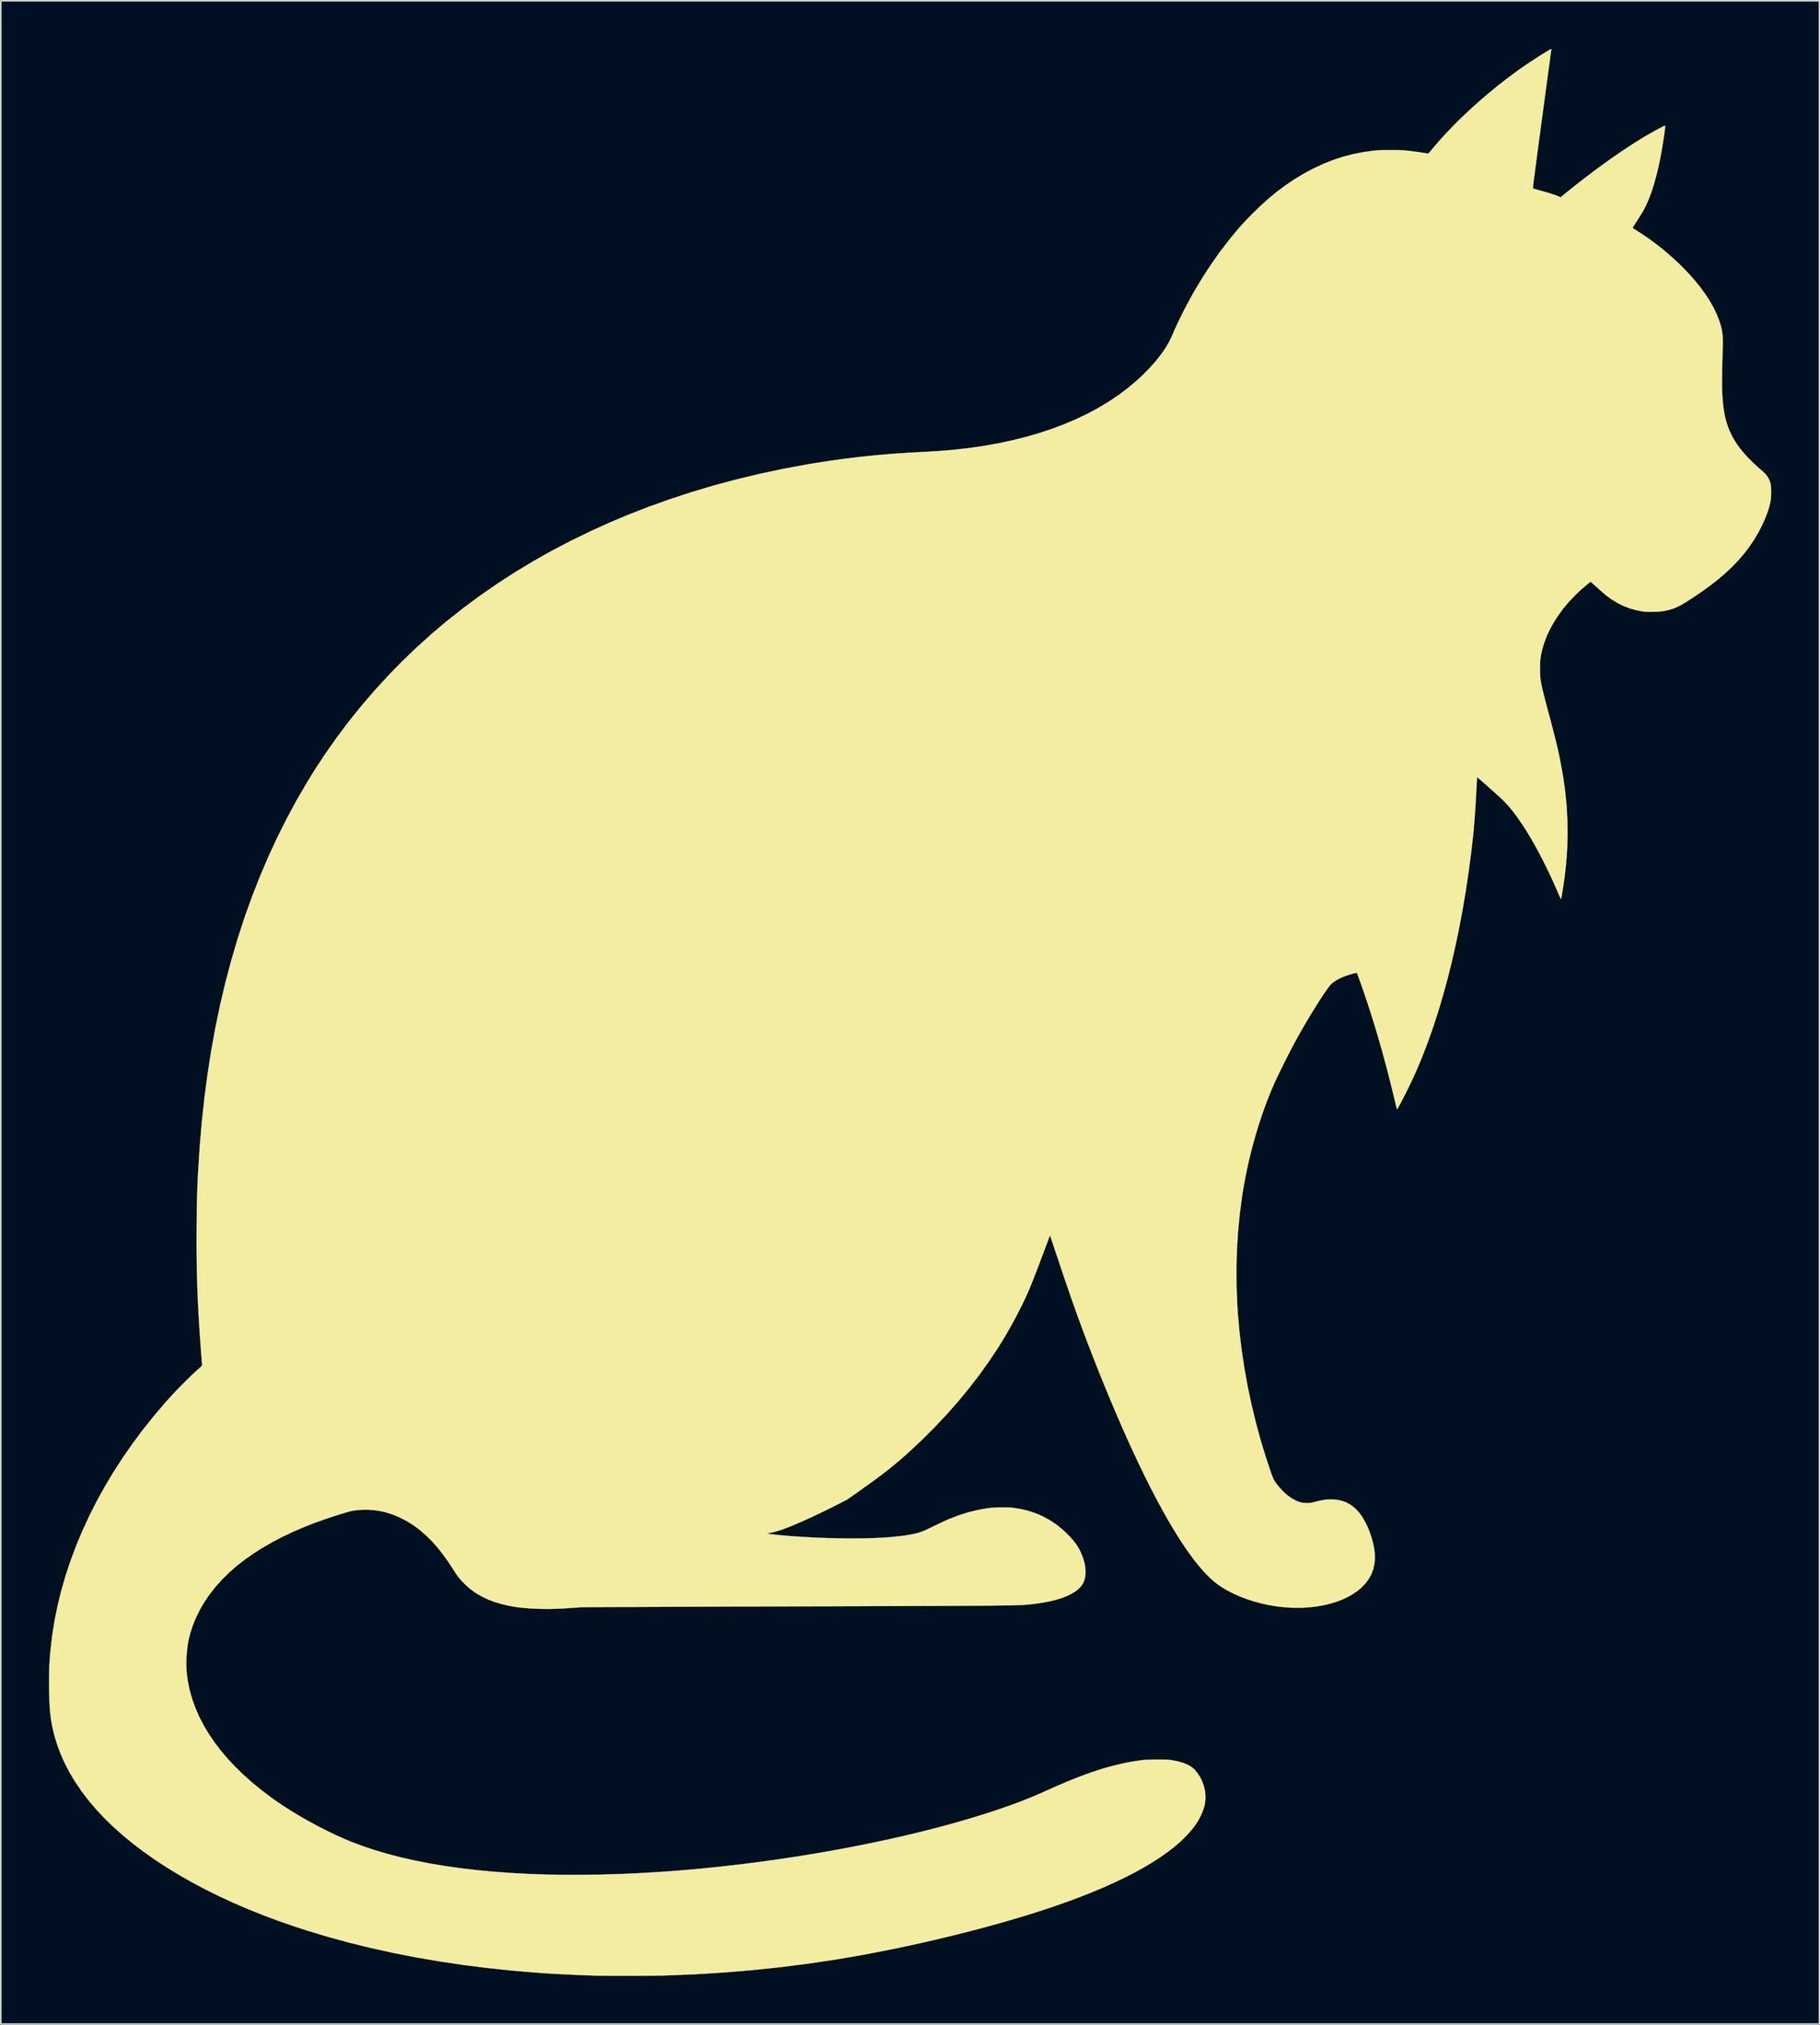
<source format=kicad_pcb>
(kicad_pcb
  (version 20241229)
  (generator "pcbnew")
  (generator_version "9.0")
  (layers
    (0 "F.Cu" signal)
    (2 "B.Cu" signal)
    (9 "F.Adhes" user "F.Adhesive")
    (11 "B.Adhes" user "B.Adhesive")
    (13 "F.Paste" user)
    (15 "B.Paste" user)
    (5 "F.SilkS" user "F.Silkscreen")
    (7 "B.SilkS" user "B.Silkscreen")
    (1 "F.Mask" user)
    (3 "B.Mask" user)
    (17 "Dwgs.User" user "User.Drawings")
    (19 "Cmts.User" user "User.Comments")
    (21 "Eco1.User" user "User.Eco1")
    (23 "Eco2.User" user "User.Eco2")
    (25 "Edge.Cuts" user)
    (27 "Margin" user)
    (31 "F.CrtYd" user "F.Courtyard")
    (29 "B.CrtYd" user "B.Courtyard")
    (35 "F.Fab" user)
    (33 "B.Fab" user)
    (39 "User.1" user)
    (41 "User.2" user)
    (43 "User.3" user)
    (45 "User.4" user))
  (footprint "big clover"
    (layer "F.Cu")
    (at 53.641 59.991)
    (property "Reference" "big clover" (at 0 0 0) (layer "F.SilkS") (effects (font (size 1.27 1.27) (thickness 0.15))))
    (attr through_hole)
    (fp_poly (pts (xy 45.427 -52.677) (xy 45.46 -52.654) (xy 45.489 -52.625) (xy 45.507 -52.596) (xy 45.515 -52.554) (xy 45.516 -52.489) (xy 45.515 -52.437) (xy 45.506 -52.313) (xy 45.485 -52.155) (xy 45.452 -51.967) (xy 45.411 -51.756) (xy 45.361 -51.527) (xy 45.304 -51.285) (xy 45.242 -51.036) (xy 45.176 -50.786) (xy 45.107 -50.54) (xy 45.037 -50.303) (xy 44.967 -50.08) (xy 44.898 -49.879) (xy 44.832 -49.703) (xy 44.83 -49.697) (xy 44.743 -49.491) (xy 44.663 -49.325) (xy 44.587 -49.196) (xy 44.513 -49.102) (xy 44.439 -49.039) (xy 44.365 -49.007) (xy 44.312 -49.002) (xy 44.252 -49.009) (xy 44.21 -49.025) (xy 44.178 -49.049) (xy 44.126 -49.096) (xy 44.063 -49.158) (xy 44.03 -49.19) (xy 43.91 -49.297) (xy 43.774 -49.386) (xy 43.618 -49.459) (xy 43.435 -49.52) (xy 43.22 -49.57) (xy 43.014 -49.604) (xy 42.898 -49.624) (xy 42.806 -49.646) (xy 42.747 -49.669) (xy 42.737 -49.675) (xy 42.659 -49.749) (xy 42.613 -49.837) (xy 42.599 -49.939) (xy 42.618 -50.058) (xy 42.67 -50.197) (xy 42.755 -50.357) (xy 42.86 -50.52) (xy 42.978 -50.68) (xy 43.121 -50.856) (xy 43.284 -51.041) (xy 43.463 -51.234) (xy 43.654 -51.43) (xy 43.853 -51.624) (xy 44.056 -51.814) (xy 44.258 -51.995) (xy 44.456 -52.164) (xy 44.646 -52.316) (xy 44.822 -52.448) (xy 44.981 -52.556) (xy 45.12 -52.636) (xy 45.155 -52.653) (xy 45.264 -52.694) (xy 45.353 -52.702) (xy 45.427 -52.677)) (stroke (width 0.01) (type solid)) (fill yes) (layer "F.Cu"))
    (fp_poly (pts (xy 38.379 -57.653) (xy 38.474 -57.611) (xy 38.555 -57.53) (xy 38.623 -57.409) (xy 38.675 -57.249) (xy 38.703 -57.118) (xy 38.734 -56.894) (xy 38.754 -56.634) (xy 38.766 -56.342) (xy 38.769 -56.023) (xy 38.763 -55.683) (xy 38.749 -55.326) (xy 38.727 -54.956) (xy 38.698 -54.58) (xy 38.662 -54.2) (xy 38.62 -53.823) (xy 38.572 -53.454) (xy 38.518 -53.096) (xy 38.459 -52.755) (xy 38.396 -52.436) (xy 38.327 -52.143) (xy 38.256 -51.883) (xy 38.185 -51.667) (xy 38.114 -51.491) (xy 38.041 -51.353) (xy 37.966 -51.251) (xy 37.886 -51.183) (xy 37.8 -51.147) (xy 37.73 -51.14) (xy 37.667 -51.144) (xy 37.619 -51.152) (xy 37.613 -51.154) (xy 37.583 -51.174) (xy 37.532 -51.214) (xy 37.47 -51.267) (xy 37.455 -51.28) (xy 37.379 -51.345) (xy 37.284 -51.419) (xy 37.185 -51.492) (xy 37.148 -51.517) (xy 36.763 -51.756) (xy 36.361 -51.955) (xy 35.943 -52.115) (xy 35.511 -52.235) (xy 35.065 -52.316) (xy 34.786 -52.345) (xy 34.612 -52.361) (xy 34.473 -52.379) (xy 34.364 -52.401) (xy 34.277 -52.428) (xy 34.207 -52.464) (xy 34.146 -52.509) (xy 34.119 -52.534) (xy 34.042 -52.625) (xy 33.995 -52.722) (xy 33.976 -52.837) (xy 33.979 -52.959) (xy 34.011 -53.131) (xy 34.077 -53.326) (xy 34.178 -53.542) (xy 34.313 -53.778) (xy 34.481 -54.035) (xy 34.681 -54.31) (xy 34.914 -54.604) (xy 35.178 -54.915) (xy 35.473 -55.244) (xy 35.799 -55.588) (xy 36.087 -55.88) (xy 36.343 -56.132) (xy 36.594 -56.371) (xy 36.837 -56.597) (xy 37.071 -56.806) (xy 37.293 -56.998) (xy 37.5 -57.169) (xy 37.69 -57.317) (xy 37.859 -57.441) (xy 38.006 -57.539) (xy 38.128 -57.607) (xy 38.149 -57.617) (xy 38.271 -57.655) (xy 38.379 -57.653)) (stroke (width 0.01) (type solid)) (fill yes) (layer "F.Cu"))
    (fp_poly (pts (xy 31.732 -35.276) (xy 31.793 -35.261) (xy 31.892 -35.238) (xy 32.027 -35.205) (xy 32.197 -35.164) (xy 32.399 -35.116) (xy 32.632 -35.059) (xy 32.895 -34.996) (xy 33.185 -34.925) (xy 33.501 -34.848) (xy 33.841 -34.766) (xy 34.204 -34.677) (xy 34.587 -34.584) (xy 34.99 -34.486) (xy 35.41 -34.383) (xy 35.847 -34.277) (xy 36.297 -34.167) (xy 36.76 -34.054) (xy 37.233 -33.939) (xy 37.716 -33.821) (xy 38.206 -33.701) (xy 38.701 -33.58) (xy 39.201 -33.458) (xy 39.703 -33.336) (xy 40.206 -33.213) (xy 40.707 -33.09) (xy 41.206 -32.968) (xy 41.701 -32.847) (xy 42.189 -32.728) (xy 42.67 -32.61) (xy 43.141 -32.495) (xy 43.601 -32.382) (xy 44.048 -32.273) (xy 44.481 -32.167) (xy 44.897 -32.065) (xy 45.295 -31.967) (xy 45.674 -31.874) (xy 46.032 -31.786) (xy 46.367 -31.704) (xy 46.677 -31.628) (xy 46.961 -31.558) (xy 47.216 -31.495) (xy 47.442 -31.439) (xy 47.637 -31.391) (xy 47.799 -31.351) (xy 47.926 -31.319) (xy 48.016 -31.297) (xy 48.068 -31.283) (xy 48.082 -31.279) (xy 48.079 -31.258) (xy 48.069 -31.203) (xy 48.051 -31.124) (xy 48.03 -31.03) (xy 48 -30.912) (xy 47.975 -30.833) (xy 47.954 -30.792) (xy 47.942 -30.784) (xy 47.919 -30.789) (xy 47.857 -30.803) (xy 47.756 -30.827) (xy 47.619 -30.86) (xy 47.446 -30.902) (xy 47.238 -30.952) (xy 46.998 -31.01) (xy 46.727 -31.076) (xy 46.425 -31.15) (xy 46.095 -31.23) (xy 45.738 -31.317) (xy 45.355 -31.411) (xy 44.947 -31.51) (xy 44.516 -31.615) (xy 44.064 -31.726) (xy 43.591 -31.841) (xy 43.1 -31.962) (xy 42.59 -32.086) (xy 42.065 -32.215) (xy 41.525 -32.347) (xy 40.972 -32.483) (xy 40.406 -32.622) (xy 39.83 -32.763) (xy 39.74 -32.785) (xy 31.57 -34.789) (xy 31.576 -34.841) (xy 31.589 -34.919) (xy 31.609 -35.008) (xy 31.634 -35.097) (xy 31.66 -35.179) (xy 31.684 -35.241) (xy 31.704 -35.276) (xy 31.71 -35.28) (xy 31.732 -35.276)) (stroke (width 0.01) (type solid)) (fill yes) (layer "F.Cu"))
    (fp_poly (pts (xy 47.378 -29.504) (xy 47.384 -29.461) (xy 47.389 -29.388) (xy 47.391 -29.298) (xy 47.392 -29.249) (xy 47.392 -29.045) (xy 47.069 -29.032) (xy 47.023 -29.031) (xy 46.935 -29.029) (xy 46.809 -29.026) (xy 46.645 -29.023) (xy 46.446 -29.019) (xy 46.213 -29.014) (xy 45.948 -29.009) (xy 45.653 -29.004) (xy 45.328 -28.998) (xy 44.977 -28.991) (xy 44.6 -28.984) (xy 44.199 -28.977) (xy 43.777 -28.969) (xy 43.334 -28.961) (xy 42.872 -28.953) (xy 42.394 -28.945) (xy 41.9 -28.936) (xy 41.393 -28.927) (xy 40.874 -28.918) (xy 40.345 -28.909) (xy 40.026 -28.903) (xy 39.493 -28.894) (xy 38.968 -28.885) (xy 38.455 -28.876) (xy 37.955 -28.867) (xy 37.47 -28.859) (xy 37.001 -28.851) (xy 36.549 -28.843) (xy 36.117 -28.835) (xy 35.707 -28.828) (xy 35.319 -28.821) (xy 34.956 -28.815) (xy 34.619 -28.809) (xy 34.31 -28.804) (xy 34.031 -28.799) (xy 33.783 -28.794) (xy 33.568 -28.791) (xy 33.387 -28.787) (xy 33.243 -28.785) (xy 33.136 -28.783) (xy 33.07 -28.782) (xy 33.049 -28.781) (xy 32.792 -28.776) (xy 32.779 -28.914) (xy 32.772 -29.011) (xy 32.767 -29.115) (xy 32.766 -29.173) (xy 32.768 -29.243) (xy 32.776 -29.28) (xy 32.793 -29.294) (xy 32.803 -29.295) (xy 32.827 -29.295) (xy 32.892 -29.296) (xy 32.995 -29.298) (xy 33.136 -29.301) (xy 33.313 -29.304) (xy 33.524 -29.307) (xy 33.768 -29.312) (xy 34.042 -29.317) (xy 34.346 -29.322) (xy 34.677 -29.328) (xy 35.035 -29.334) (xy 35.416 -29.341) (xy 35.821 -29.348) (xy 36.246 -29.356) (xy 36.691 -29.364) (xy 37.154 -29.372) (xy 37.633 -29.381) (xy 38.127 -29.39) (xy 38.633 -29.399) (xy 39.151 -29.408) (xy 39.306 -29.411) (xy 39.837 -29.42) (xy 40.361 -29.43) (xy 40.877 -29.439) (xy 41.382 -29.448) (xy 41.876 -29.457) (xy 42.357 -29.466) (xy 42.821 -29.474) (xy 43.268 -29.482) (xy 43.695 -29.49) (xy 44.101 -29.497) (xy 44.484 -29.504) (xy 44.841 -29.51) (xy 45.172 -29.516) (xy 45.473 -29.522) (xy 45.744 -29.526) (xy 45.981 -29.531) (xy 46.184 -29.534) (xy 46.351 -29.537) (xy 46.479 -29.54) (xy 46.567 -29.541) (xy 46.569 -29.541) (xy 47.364 -29.555) (xy 47.378 -29.504)) (stroke (width 0.01) (type solid)) (fill yes) (layer "F.Cu"))
    (fp_poly (pts (xy 34.437 -39.596) (xy 34.46 -39.586) (xy 34.518 -39.559) (xy 34.612 -39.515) (xy 34.739 -39.455) (xy 34.897 -39.38) (xy 35.085 -39.291) (xy 35.302 -39.189) (xy 35.545 -39.073) (xy 35.813 -38.946) (xy 36.104 -38.808) (xy 36.417 -38.66) (xy 36.751 -38.501) (xy 37.102 -38.335) (xy 37.47 -38.16) (xy 37.854 -37.978) (xy 38.25 -37.789) (xy 38.659 -37.595) (xy 39.078 -37.396) (xy 39.505 -37.193) (xy 39.939 -36.987) (xy 40.378 -36.778) (xy 40.821 -36.568) (xy 41.265 -36.357) (xy 41.71 -36.145) (xy 42.153 -35.934) (xy 42.594 -35.725) (xy 43.03 -35.517) (xy 43.459 -35.313) (xy 43.88 -35.113) (xy 44.292 -34.917) (xy 44.693 -34.726) (xy 45.08 -34.542) (xy 45.453 -34.364) (xy 45.81 -34.194) (xy 46.148 -34.033) (xy 46.468 -33.881) (xy 46.766 -33.739) (xy 47.041 -33.607) (xy 47.292 -33.488) (xy 47.516 -33.38) (xy 47.713 -33.286) (xy 47.881 -33.206) (xy 48.017 -33.141) (xy 48.121 -33.091) (xy 48.19 -33.057) (xy 48.224 -33.041) (xy 48.226 -33.039) (xy 48.226 -33.014) (xy 48.209 -32.961) (xy 48.179 -32.89) (xy 48.142 -32.809) (xy 48.102 -32.729) (xy 48.063 -32.657) (xy 48.029 -32.604) (xy 48.005 -32.578) (xy 48.002 -32.577) (xy 47.981 -32.586) (xy 47.923 -32.613) (xy 47.83 -32.657) (xy 47.702 -32.716) (xy 47.542 -32.792) (xy 47.351 -32.882) (xy 47.13 -32.986) (xy 46.88 -33.104) (xy 46.603 -33.235) (xy 46.3 -33.379) (xy 45.973 -33.534) (xy 45.624 -33.699) (xy 45.252 -33.876) (xy 44.86 -34.061) (xy 44.45 -34.256) (xy 44.022 -34.46) (xy 43.578 -34.67) (xy 43.119 -34.888) (xy 42.647 -35.112) (xy 42.163 -35.342) (xy 41.669 -35.577) (xy 41.391 -35.709) (xy 40.889 -35.949) (xy 40.394 -36.184) (xy 39.909 -36.414) (xy 39.435 -36.64) (xy 38.974 -36.859) (xy 38.527 -37.071) (xy 38.096 -37.277) (xy 37.682 -37.474) (xy 37.286 -37.662) (xy 36.91 -37.841) (xy 36.555 -38.009) (xy 36.224 -38.167) (xy 35.917 -38.313) (xy 35.635 -38.447) (xy 35.381 -38.568) (xy 35.156 -38.675) (xy 34.961 -38.767) (xy 34.797 -38.845) (xy 34.667 -38.907) (xy 34.572 -38.952) (xy 34.512 -38.981) (xy 34.498 -38.988) (xy 34.187 -39.135) (xy 34.296 -39.37) (xy 34.347 -39.476) (xy 34.386 -39.547) (xy 34.414 -39.585) (xy 34.435 -39.596) (xy 34.437 -39.596)) (stroke (width 0.01) (type solid)) (fill yes) (layer "F.Cu"))
    (fp_poly (pts (xy 45.45 -52.896) (xy 45.48 -52.885) (xy 45.54 -52.864) (xy 45.588 -52.853) (xy 45.594 -52.853) (xy 45.622 -52.833) (xy 45.646 -52.777) (xy 45.665 -52.691) (xy 45.678 -52.581) (xy 45.687 -52.453) (xy 45.69 -52.313) (xy 45.687 -52.167) (xy 45.678 -52.022) (xy 45.663 -51.883) (xy 45.642 -51.756) (xy 45.639 -51.743) (xy 45.606 -51.6) (xy 45.562 -51.429) (xy 45.511 -51.235) (xy 45.453 -51.025) (xy 45.391 -50.804) (xy 45.326 -50.58) (xy 45.26 -50.356) (xy 45.195 -50.14) (xy 45.132 -49.938) (xy 45.073 -49.755) (xy 45.021 -49.597) (xy 44.976 -49.471) (xy 44.952 -49.41) (xy 44.864 -49.231) (xy 44.759 -49.079) (xy 44.64 -48.959) (xy 44.51 -48.872) (xy 44.374 -48.822) (xy 44.27 -48.811) (xy 44.224 -48.813) (xy 44.185 -48.82) (xy 44.145 -48.838) (xy 44.095 -48.87) (xy 44.027 -48.922) (xy 43.954 -48.98) (xy 43.745 -49.132) (xy 43.541 -49.246) (xy 43.333 -49.327) (xy 43.115 -49.378) (xy 43.003 -49.392) (xy 42.834 -49.418) (xy 42.7 -49.459) (xy 42.598 -49.516) (xy 42.573 -49.536) (xy 42.49 -49.636) (xy 42.436 -49.761) (xy 42.411 -49.906) (xy 42.415 -50.064) (xy 42.45 -50.229) (xy 42.5 -50.363) (xy 42.546 -50.445) (xy 42.619 -50.552) (xy 42.715 -50.679) (xy 42.832 -50.824) (xy 42.965 -50.981) (xy 43.11 -51.147) (xy 43.265 -51.318) (xy 43.424 -51.49) (xy 43.586 -51.658) (xy 43.746 -51.819) (xy 43.9 -51.969) (xy 44.044 -52.104) (xy 44.176 -52.219) (xy 44.223 -52.258) (xy 44.346 -52.353) (xy 44.486 -52.455) (xy 44.634 -52.556) (xy 44.781 -52.653) (xy 44.918 -52.737) (xy 45.037 -52.805) (xy 45.099 -52.836) (xy 45.212 -52.884) (xy 45.301 -52.909) (xy 45.377 -52.913) (xy 45.45 -52.896)) (stroke (width 0.01) (type solid)) (fill yes) (layer "F.Mask"))
    (fp_poly (pts (xy 38.613 -57.725) (xy 38.718 -57.599) (xy 38.801 -57.467) (xy 38.864 -57.32) (xy 38.91 -57.151) (xy 38.943 -56.95) (xy 38.948 -56.907) (xy 38.958 -56.776) (xy 38.964 -56.608) (xy 38.966 -56.407) (xy 38.964 -56.179) (xy 38.959 -55.929) (xy 38.95 -55.66) (xy 38.938 -55.379) (xy 38.923 -55.089) (xy 38.905 -54.797) (xy 38.885 -54.506) (xy 38.863 -54.221) (xy 38.839 -53.948) (xy 38.812 -53.691) (xy 38.786 -53.467) (xy 38.724 -53.052) (xy 38.644 -52.64) (xy 38.549 -52.242) (xy 38.441 -51.872) (xy 38.417 -51.798) (xy 38.347 -51.596) (xy 38.283 -51.431) (xy 38.223 -51.299) (xy 38.165 -51.194) (xy 38.105 -51.112) (xy 38.041 -51.049) (xy 37.97 -51.001) (xy 37.947 -50.989) (xy 37.86 -50.96) (xy 37.753 -50.949) (xy 37.644 -50.956) (xy 37.555 -50.98) (xy 37.463 -51.029) (xy 37.344 -51.109) (xy 37.201 -51.217) (xy 37.137 -51.267) (xy 36.842 -51.481) (xy 36.521 -51.666) (xy 36.182 -51.818) (xy 36.057 -51.864) (xy 35.935 -51.904) (xy 35.808 -51.942) (xy 35.67 -51.978) (xy 35.515 -52.013) (xy 35.339 -52.049) (xy 35.134 -52.088) (xy 34.897 -52.13) (xy 34.752 -52.155) (xy 34.563 -52.187) (xy 34.411 -52.214) (xy 34.291 -52.238) (xy 34.197 -52.261) (xy 34.125 -52.285) (xy 34.069 -52.312) (xy 34.025 -52.343) (xy 33.987 -52.381) (xy 33.951 -52.428) (xy 33.914 -52.482) (xy 33.839 -52.622) (xy 33.795 -52.773) (xy 33.783 -52.938) (xy 33.804 -53.118) (xy 33.858 -53.312) (xy 33.945 -53.524) (xy 34.066 -53.753) (xy 34.221 -54.001) (xy 34.411 -54.269) (xy 34.635 -54.559) (xy 34.711 -54.652) (xy 35.142 -55.161) (xy 35.562 -55.631) (xy 35.975 -56.064) (xy 36.382 -56.462) (xy 36.786 -56.827) (xy 37.187 -57.16) (xy 37.589 -57.464) (xy 37.981 -57.732) (xy 38.068 -57.788) (xy 38.131 -57.824) (xy 38.184 -57.845) (xy 38.237 -57.856) (xy 38.304 -57.862) (xy 38.322 -57.863) (xy 38.474 -57.871) (xy 38.613 -57.725)) (stroke (width 0.01) (type solid)) (fill yes) (layer "F.Mask"))
    (fp_poly (pts (xy 34.319 -39.872) (xy 34.378 -39.845) (xy 34.466 -39.804) (xy 34.58 -39.751) (xy 34.717 -39.687) (xy 34.871 -39.614) (xy 35.038 -39.535) (xy 35.137 -39.488) (xy 35.225 -39.446) (xy 35.349 -39.387) (xy 35.508 -39.311) (xy 35.7 -39.22) (xy 35.923 -39.114) (xy 36.175 -38.994) (xy 36.455 -38.862) (xy 36.759 -38.717) (xy 37.088 -38.561) (xy 37.438 -38.394) (xy 37.809 -38.218) (xy 38.197 -38.033) (xy 38.602 -37.841) (xy 39.022 -37.642) (xy 39.455 -37.436) (xy 39.898 -37.225) (xy 40.35 -37.01) (xy 40.81 -36.792) (xy 41.276 -36.571) (xy 41.465 -36.481) (xy 41.923 -36.263) (xy 42.371 -36.05) (xy 42.809 -35.842) (xy 43.233 -35.639) (xy 43.644 -35.444) (xy 44.039 -35.256) (xy 44.417 -35.075) (xy 44.776 -34.904) (xy 45.115 -34.742) (xy 45.432 -34.59) (xy 45.726 -34.45) (xy 45.995 -34.321) (xy 46.237 -34.204) (xy 46.452 -34.101) (xy 46.637 -34.012) (xy 46.791 -33.937) (xy 46.913 -33.878) (xy 47 -33.835) (xy 47.052 -33.809) (xy 47.066 -33.801) (xy 47.109 -33.774) (xy 47.159 -33.747) (xy 47.223 -33.717) (xy 47.307 -33.682) (xy 47.416 -33.64) (xy 47.557 -33.587) (xy 47.636 -33.558) (xy 47.831 -33.482) (xy 47.989 -33.409) (xy 48.113 -33.337) (xy 48.21 -33.262) (xy 48.283 -33.182) (xy 48.332 -33.101) (xy 48.379 -32.96) (xy 48.386 -32.813) (xy 48.352 -32.666) (xy 48.333 -32.62) (xy 48.298 -32.552) (xy 48.254 -32.479) (xy 48.207 -32.407) (xy 48.164 -32.348) (xy 48.13 -32.31) (xy 48.115 -32.301) (xy 48.094 -32.31) (xy 48.038 -32.336) (xy 47.95 -32.377) (xy 47.832 -32.432) (xy 47.688 -32.5) (xy 47.52 -32.579) (xy 47.331 -32.668) (xy 47.125 -32.766) (xy 46.905 -32.871) (xy 46.672 -32.981) (xy 46.62 -33.006) (xy 46.474 -33.075) (xy 46.293 -33.161) (xy 46.078 -33.264) (xy 45.83 -33.382) (xy 45.553 -33.513) (xy 45.247 -33.659) (xy 44.916 -33.816) (xy 44.561 -33.985) (xy 44.184 -34.164) (xy 43.788 -34.352) (xy 43.374 -34.549) (xy 42.944 -34.754) (xy 42.501 -34.964) (xy 42.047 -35.18) (xy 41.583 -35.401) (xy 41.112 -35.625) (xy 40.635 -35.851) (xy 40.156 -36.079) (xy 39.675 -36.307) (xy 39.513 -36.384) (xy 39.052 -36.604) (xy 38.6 -36.818) (xy 38.161 -37.028) (xy 37.734 -37.231) (xy 37.321 -37.427) (xy 36.925 -37.616) (xy 36.546 -37.797) (xy 36.186 -37.969) (xy 35.847 -38.131) (xy 35.529 -38.283) (xy 35.235 -38.424) (xy 34.966 -38.553) (xy 34.723 -38.67) (xy 34.508 -38.773) (xy 34.322 -38.863) (xy 34.168 -38.937) (xy 34.046 -38.997) (xy 33.957 -39.04) (xy 33.904 -39.067) (xy 33.888 -39.076) (xy 33.897 -39.1) (xy 33.921 -39.155) (xy 33.959 -39.238) (xy 34.006 -39.34) (xy 34.062 -39.457) (xy 34.078 -39.491) (xy 34.145 -39.629) (xy 34.203 -39.74) (xy 34.248 -39.821) (xy 34.28 -39.869) (xy 34.295 -39.882) (xy 34.319 -39.872)) (stroke (width 0.01) (type solid)) (fill yes) (layer "F.Mask"))
    (fp_poly (pts (xy 47.172 -29.758) (xy 47.306 -29.723) (xy 47.416 -29.666) (xy 47.506 -29.588) (xy 47.577 -29.49) (xy 47.603 -29.441) (xy 47.62 -29.398) (xy 47.63 -29.348) (xy 47.633 -29.28) (xy 47.633 -29.182) (xy 47.633 -29.168) (xy 47.63 -29.068) (xy 47.623 -28.979) (xy 47.614 -28.913) (xy 47.607 -28.887) (xy 47.584 -28.829) (xy 47.26 -28.829) (xy 47.188 -28.829) (xy 47.077 -28.827) (xy 46.932 -28.826) (xy 46.756 -28.823) (xy 46.554 -28.82) (xy 46.33 -28.817) (xy 46.087 -28.813) (xy 45.829 -28.808) (xy 45.561 -28.804) (xy 45.287 -28.799) (xy 45.212 -28.797) (xy 44.894 -28.792) (xy 44.542 -28.785) (xy 44.165 -28.779) (xy 43.771 -28.771) (xy 43.369 -28.764) (xy 42.968 -28.757) (xy 42.575 -28.75) (xy 42.2 -28.743) (xy 41.851 -28.737) (xy 41.677 -28.734) (xy 41.101 -28.724) (xy 40.564 -28.714) (xy 40.063 -28.706) (xy 39.596 -28.697) (xy 39.16 -28.689) (xy 38.751 -28.682) (xy 38.366 -28.675) (xy 38.003 -28.669) (xy 37.659 -28.662) (xy 37.33 -28.656) (xy 37.015 -28.651) (xy 36.709 -28.645) (xy 36.409 -28.639) (xy 36.301 -28.637) (xy 36.056 -28.633) (xy 35.804 -28.629) (xy 35.55 -28.625) (xy 35.303 -28.622) (xy 35.07 -28.619) (xy 34.856 -28.617) (xy 34.67 -28.615) (xy 34.518 -28.614) (xy 34.502 -28.614) (xy 34.272 -28.612) (xy 34.064 -28.608) (xy 33.881 -28.602) (xy 33.73 -28.593) (xy 33.624 -28.583) (xy 33.445 -28.566) (xy 33.278 -28.558) (xy 33.13 -28.558) (xy 33.009 -28.567) (xy 32.951 -28.577) (xy 32.803 -28.631) (xy 32.684 -28.715) (xy 32.595 -28.826) (xy 32.538 -28.962) (xy 32.516 -29.118) (xy 32.52 -29.21) (xy 32.529 -29.295) (xy 32.538 -29.371) (xy 32.546 -29.416) (xy 32.559 -29.481) (xy 32.858 -29.493) (xy 32.923 -29.495) (xy 33.028 -29.498) (xy 33.167 -29.501) (xy 33.338 -29.505) (xy 33.537 -29.509) (xy 33.761 -29.514) (xy 34.005 -29.518) (xy 34.267 -29.523) (xy 34.544 -29.528) (xy 34.83 -29.533) (xy 35.123 -29.538) (xy 35.137 -29.538) (xy 35.367 -29.542) (xy 35.588 -29.546) (xy 35.803 -29.549) (xy 36.013 -29.553) (xy 36.221 -29.556) (xy 36.429 -29.56) (xy 36.639 -29.563) (xy 36.854 -29.567) (xy 37.074 -29.571) (xy 37.304 -29.575) (xy 37.544 -29.579) (xy 37.797 -29.584) (xy 38.065 -29.588) (xy 38.351 -29.594) (xy 38.656 -29.599) (xy 38.983 -29.605) (xy 39.334 -29.611) (xy 39.711 -29.618) (xy 40.115 -29.625) (xy 40.551 -29.633) (xy 41.019 -29.642) (xy 41.521 -29.651) (xy 42.061 -29.661) (xy 42.64 -29.671) (xy 42.937 -29.677) (xy 43.262 -29.682) (xy 43.584 -29.688) (xy 43.897 -29.693) (xy 44.199 -29.698) (xy 44.487 -29.702) (xy 44.756 -29.706) (xy 45.004 -29.709) (xy 45.226 -29.712) (xy 45.421 -29.714) (xy 45.583 -29.715) (xy 45.711 -29.716) (xy 45.8 -29.716) (xy 45.805 -29.716) (xy 46.022 -29.716) (xy 46.207 -29.72) (xy 46.372 -29.728) (xy 46.525 -29.742) (xy 46.588 -29.749) (xy 46.816 -29.77) (xy 47.01 -29.774) (xy 47.172 -29.758)) (stroke (width 0.01) (type solid)) (fill yes) (layer "F.Mask"))
    (fp_poly (pts (xy 31.541 -35.534) (xy 31.604 -35.519) (xy 31.705 -35.495) (xy 31.842 -35.462) (xy 32.013 -35.421) (xy 32.216 -35.372) (xy 32.45 -35.315) (xy 32.712 -35.251) (xy 33.002 -35.181) (xy 33.317 -35.104) (xy 33.656 -35.021) (xy 34.017 -34.933) (xy 34.397 -34.84) (xy 34.797 -34.742) (xy 35.212 -34.64) (xy 35.643 -34.535) (xy 36.087 -34.426) (xy 36.542 -34.314) (xy 37.007 -34.2) (xy 37.48 -34.084) (xy 37.959 -33.967) (xy 38.442 -33.848) (xy 38.928 -33.729) (xy 39.415 -33.609) (xy 39.901 -33.49) (xy 40.384 -33.371) (xy 40.863 -33.253) (xy 41.336 -33.137) (xy 41.801 -33.022) (xy 42.257 -32.91) (xy 42.701 -32.801) (xy 43.132 -32.694) (xy 43.549 -32.592) (xy 43.948 -32.493) (xy 44.33 -32.399) (xy 44.691 -32.31) (xy 45.031 -32.226) (xy 45.347 -32.148) (xy 45.638 -32.076) (xy 45.901 -32.01) (xy 46.136 -31.952) (xy 46.34 -31.901) (xy 46.512 -31.858) (xy 46.65 -31.824) (xy 46.752 -31.798) (xy 46.817 -31.781) (xy 46.842 -31.774) (xy 46.905 -31.756) (xy 47 -31.735) (xy 47.113 -31.713) (xy 47.236 -31.693) (xy 47.276 -31.687) (xy 47.498 -31.652) (xy 47.683 -31.614) (xy 47.834 -31.573) (xy 47.956 -31.525) (xy 48.054 -31.469) (xy 48.132 -31.404) (xy 48.193 -31.326) (xy 48.225 -31.274) (xy 48.261 -31.165) (xy 48.271 -31.033) (xy 48.255 -30.887) (xy 48.212 -30.737) (xy 48.202 -30.713) (xy 48.167 -30.631) (xy 48.14 -30.582) (xy 48.114 -30.557) (xy 48.088 -30.55) (xy 48.062 -30.555) (xy 47.997 -30.569) (xy 47.896 -30.592) (xy 47.76 -30.624) (xy 47.593 -30.663) (xy 47.396 -30.71) (xy 47.172 -30.764) (xy 46.923 -30.824) (xy 46.652 -30.889) (xy 46.36 -30.96) (xy 46.05 -31.036) (xy 45.724 -31.115) (xy 45.386 -31.198) (xy 45.036 -31.284) (xy 45 -31.292) (xy 44.694 -31.368) (xy 44.35 -31.452) (xy 43.972 -31.545) (xy 43.562 -31.645) (xy 43.124 -31.753) (xy 42.662 -31.866) (xy 42.178 -31.985) (xy 41.676 -32.108) (xy 41.159 -32.235) (xy 40.63 -32.365) (xy 40.093 -32.496) (xy 39.551 -32.629) (xy 39.007 -32.763) (xy 38.464 -32.896) (xy 37.926 -33.027) (xy 37.396 -33.157) (xy 36.877 -33.284) (xy 36.612 -33.349) (xy 36.057 -33.485) (xy 35.541 -33.612) (xy 35.064 -33.729) (xy 34.624 -33.837) (xy 34.219 -33.936) (xy 33.847 -34.027) (xy 33.508 -34.111) (xy 33.2 -34.187) (xy 32.921 -34.256) (xy 32.671 -34.318) (xy 32.447 -34.374) (xy 32.247 -34.424) (xy 32.072 -34.468) (xy 31.919 -34.507) (xy 31.786 -34.541) (xy 31.672 -34.571) (xy 31.577 -34.596) (xy 31.497 -34.618) (xy 31.433 -34.636) (xy 31.381 -34.651) (xy 31.342 -34.664) (xy 31.313 -34.675) (xy 31.294 -34.683) (xy 31.281 -34.69) (xy 31.275 -34.696) (xy 31.273 -34.701) (xy 31.274 -34.703) (xy 31.283 -34.736) (xy 31.3 -34.803) (xy 31.324 -34.897) (xy 31.353 -35.01) (xy 31.384 -35.136) (xy 31.386 -35.142) (xy 31.423 -35.288) (xy 31.453 -35.396) (xy 31.477 -35.471) (xy 31.496 -35.517) (xy 31.511 -35.537) (xy 31.517 -35.539) (xy 31.541 -35.534)) (stroke (width 0.01) (type solid)) (fill yes) (layer "F.Mask"))
    (fp_poly (pts (xy 39.936 -59.968) (xy 39.933 -59.928) (xy 39.928 -59.896) (xy 39.917 -59.824) (xy 39.902 -59.715) (xy 39.882 -59.571) (xy 39.858 -59.395) (xy 39.83 -59.189) (xy 39.798 -58.956) (xy 39.763 -58.699) (xy 39.725 -58.419) (xy 39.684 -58.119) (xy 39.641 -57.801) (xy 39.597 -57.468) (xy 39.55 -57.123) (xy 39.502 -56.768) (xy 39.454 -56.405) (xy 39.404 -56.037) (xy 39.355 -55.666) (xy 39.305 -55.294) (xy 39.256 -54.925) (xy 39.207 -54.56) (xy 39.159 -54.202) (xy 39.113 -53.854) (xy 39.068 -53.518) (xy 39.025 -53.195) (xy 38.985 -52.89) (xy 38.947 -52.604) (xy 38.912 -52.339) (xy 38.881 -52.099) (xy 38.853 -51.885) (xy 38.829 -51.701) (xy 38.811 -51.562) (xy 38.8 -51.465) (xy 38.793 -51.384) (xy 38.791 -51.328) (xy 38.794 -51.306) (xy 38.818 -51.297) (xy 38.877 -51.279) (xy 38.965 -51.253) (xy 39.076 -51.222) (xy 39.205 -51.186) (xy 39.291 -51.162) (xy 39.594 -51.077) (xy 39.855 -50.999) (xy 40.075 -50.928) (xy 40.255 -50.863) (xy 40.378 -50.812) (xy 40.508 -50.754) (xy 40.907 -51.079) (xy 41.455 -51.517) (xy 42.007 -51.947) (xy 42.559 -52.366) (xy 43.108 -52.77) (xy 43.649 -53.157) (xy 44.177 -53.524) (xy 44.69 -53.868) (xy 45.183 -54.187) (xy 45.635 -54.466) (xy 45.788 -54.557) (xy 45.947 -54.65) (xy 46.11 -54.743) (xy 46.272 -54.834) (xy 46.429 -54.921) (xy 46.576 -55) (xy 46.709 -55.071) (xy 46.825 -55.131) (xy 46.918 -55.176) (xy 46.984 -55.206) (xy 47.02 -55.218) (xy 47.025 -55.217) (xy 47.028 -55.191) (xy 47.024 -55.127) (xy 47.014 -55.031) (xy 46.999 -54.907) (xy 46.98 -54.759) (xy 46.956 -54.593) (xy 46.929 -54.412) (xy 46.9 -54.222) (xy 46.869 -54.027) (xy 46.837 -53.831) (xy 46.805 -53.638) (xy 46.772 -53.455) (xy 46.741 -53.285) (xy 46.715 -53.15) (xy 46.592 -52.577) (xy 46.462 -52.045) (xy 46.323 -51.552) (xy 46.176 -51.097) (xy 46.021 -50.68) (xy 45.856 -50.298) (xy 45.709 -50.001) (xy 45.664 -49.921) (xy 45.601 -49.814) (xy 45.524 -49.687) (xy 45.439 -49.55) (xy 45.35 -49.409) (xy 45.297 -49.328) (xy 45.217 -49.204) (xy 45.145 -49.092) (xy 45.084 -48.996) (xy 45.038 -48.921) (xy 45.009 -48.873) (xy 45.001 -48.857) (xy 45.017 -48.839) (xy 45.061 -48.806) (xy 45.123 -48.764) (xy 45.133 -48.758) (xy 45.497 -48.523) (xy 45.831 -48.299) (xy 46.141 -48.082) (xy 46.435 -47.864) (xy 46.722 -47.642) (xy 47.007 -47.408) (xy 47.197 -47.248) (xy 47.664 -46.832) (xy 48.102 -46.411) (xy 48.51 -45.987) (xy 48.885 -45.561) (xy 49.227 -45.136) (xy 49.535 -44.713) (xy 49.807 -44.294) (xy 50.041 -43.879) (xy 50.237 -43.472) (xy 50.393 -43.074) (xy 50.395 -43.071) (xy 50.462 -42.863) (xy 50.516 -42.668) (xy 50.558 -42.477) (xy 50.588 -42.283) (xy 50.608 -42.078) (xy 50.618 -41.856) (xy 50.619 -41.608) (xy 50.612 -41.327) (xy 50.61 -41.275) (xy 50.6 -40.99) (xy 50.591 -40.696) (xy 50.584 -40.397) (xy 50.579 -40.099) (xy 50.575 -39.806) (xy 50.572 -39.524) (xy 50.571 -39.258) (xy 50.572 -39.014) (xy 50.575 -38.795) (xy 50.579 -38.608) (xy 50.585 -38.458) (xy 50.586 -38.442) (xy 50.615 -38.044) (xy 50.654 -37.681) (xy 50.704 -37.348) (xy 50.766 -37.039) (xy 50.843 -36.75) (xy 50.934 -36.473) (xy 51.042 -36.203) (xy 51.149 -35.973) (xy 51.308 -35.676) (xy 51.493 -35.383) (xy 51.706 -35.091) (xy 51.95 -34.797) (xy 52.225 -34.498) (xy 52.535 -34.192) (xy 52.882 -33.876) (xy 53.055 -33.726) (xy 53.225 -33.568) (xy 53.36 -33.413) (xy 53.464 -33.253) (xy 53.542 -33.08) (xy 53.588 -32.935) (xy 53.607 -32.837) (xy 53.62 -32.706) (xy 53.627 -32.552) (xy 53.628 -32.385) (xy 53.624 -32.214) (xy 53.614 -32.049) (xy 53.599 -31.899) (xy 53.579 -31.773) (xy 53.577 -31.761) (xy 53.516 -31.51) (xy 53.443 -31.265) (xy 53.356 -31.016) (xy 53.252 -30.754) (xy 53.126 -30.471) (xy 53.056 -30.321) (xy 52.816 -29.855) (xy 52.549 -29.405) (xy 52.253 -28.969) (xy 51.927 -28.544) (xy 51.569 -28.13) (xy 51.178 -27.725) (xy 50.752 -27.326) (xy 50.288 -26.933) (xy 49.787 -26.543) (xy 49.245 -26.154) (xy 48.991 -25.982) (xy 48.735 -25.811) (xy 48.508 -25.664) (xy 48.307 -25.537) (xy 48.128 -25.429) (xy 47.966 -25.338) (xy 47.816 -25.261) (xy 47.675 -25.197) (xy 47.537 -25.143) (xy 47.4 -25.097) (xy 47.258 -25.057) (xy 47.107 -25.022) (xy 46.943 -24.988) (xy 46.916 -24.983) (xy 46.814 -24.969) (xy 46.679 -24.957) (xy 46.521 -24.947) (xy 46.35 -24.941) (xy 46.175 -24.938) (xy 46.007 -24.938) (xy 45.855 -24.942) (xy 45.729 -24.95) (xy 45.683 -24.954) (xy 45.269 -25.027) (xy 44.859 -25.14) (xy 44.458 -25.292) (xy 44.069 -25.482) (xy 43.695 -25.708) (xy 43.36 -25.953) (xy 43.303 -26) (xy 43.22 -26.07) (xy 43.119 -26.158) (xy 43.005 -26.258) (xy 42.885 -26.364) (xy 42.797 -26.442) (xy 42.383 -26.813) (xy 42.178 -26.65) (xy 41.767 -26.301) (xy 41.379 -25.932) (xy 41.017 -25.546) (xy 40.682 -25.145) (xy 40.378 -24.733) (xy 40.105 -24.312) (xy 39.866 -23.886) (xy 39.662 -23.457) (xy 39.497 -23.028) (xy 39.381 -22.638) (xy 39.334 -22.45) (xy 39.299 -22.286) (xy 39.272 -22.135) (xy 39.253 -21.985) (xy 39.241 -21.828) (xy 39.235 -21.652) (xy 39.233 -21.447) (xy 39.232 -21.389) (xy 39.233 -21.258) (xy 39.235 -21.137) (xy 39.239 -21.023) (xy 39.246 -20.912) (xy 39.256 -20.8) (xy 39.27 -20.685) (xy 39.289 -20.563) (xy 39.314 -20.429) (xy 39.344 -20.282) (xy 39.382 -20.116) (xy 39.427 -19.929) (xy 39.48 -19.718) (xy 39.542 -19.478) (xy 39.613 -19.206) (xy 39.694 -18.9) (xy 39.747 -18.701) (xy 39.845 -18.335) (xy 39.932 -18.007) (xy 40.009 -17.712) (xy 40.078 -17.445) (xy 40.14 -17.204) (xy 40.196 -16.984) (xy 40.246 -16.781) (xy 40.291 -16.591) (xy 40.333 -16.411) (xy 40.372 -16.236) (xy 40.41 -16.062) (xy 40.446 -15.886) (xy 40.484 -15.704) (xy 40.49 -15.671) (xy 40.66 -14.736) (xy 40.791 -13.813) (xy 40.882 -12.9) (xy 40.935 -11.992) (xy 40.948 -11.087) (xy 40.923 -10.182) (xy 40.859 -9.272) (xy 40.755 -8.354) (xy 40.615 -7.435) (xy 40.593 -7.313) (xy 40.573 -7.207) (xy 40.556 -7.123) (xy 40.543 -7.069) (xy 40.536 -7.049) (xy 40.524 -7.068) (xy 40.499 -7.119) (xy 40.462 -7.198) (xy 40.417 -7.297) (xy 40.368 -7.411) (xy 40.366 -7.414) (xy 40.081 -8.061) (xy 39.793 -8.682) (xy 39.504 -9.275) (xy 39.215 -9.839) (xy 38.926 -10.373) (xy 38.639 -10.875) (xy 38.354 -11.344) (xy 38.072 -11.778) (xy 37.793 -12.177) (xy 37.52 -12.538) (xy 37.251 -12.861) (xy 36.989 -13.144) (xy 36.922 -13.211) (xy 36.87 -13.261) (xy 36.794 -13.331) (xy 36.7 -13.417) (xy 36.589 -13.518) (xy 36.465 -13.629) (xy 36.333 -13.748) (xy 36.196 -13.871) (xy 36.057 -13.995) (xy 35.92 -14.117) (xy 35.788 -14.234) (xy 35.666 -14.342) (xy 35.556 -14.438) (xy 35.462 -14.519) (xy 35.389 -14.582) (xy 35.339 -14.624) (xy 35.316 -14.641) (xy 35.314 -14.642) (xy 35.312 -14.62) (xy 35.308 -14.56) (xy 35.302 -14.466) (xy 35.294 -14.342) (xy 35.286 -14.192) (xy 35.276 -14.02) (xy 35.266 -13.831) (xy 35.255 -13.628) (xy 35.254 -13.609) (xy 35.227 -13.122) (xy 35.199 -12.669) (xy 35.169 -12.242) (xy 35.138 -11.833) (xy 35.103 -11.434) (xy 35.065 -11.037) (xy 35.022 -10.634) (xy 34.975 -10.216) (xy 34.935 -9.885) (xy 34.779 -8.703) (xy 34.604 -7.538) (xy 34.411 -6.392) (xy 34.199 -5.267) (xy 33.97 -4.166) (xy 33.723 -3.089) (xy 33.46 -2.04) (xy 33.181 -1.021) (xy 32.886 -0.032) (xy 32.576 0.923) (xy 32.251 1.842) (xy 31.912 2.724) (xy 31.81 2.974) (xy 31.667 3.318) (xy 31.53 3.637) (xy 31.393 3.942) (xy 31.251 4.249) (xy 31.097 4.571) (xy 30.988 4.794) (xy 30.916 4.939) (xy 30.839 5.092) (xy 30.759 5.248) (xy 30.679 5.403) (xy 30.602 5.552) (xy 30.529 5.689) (xy 30.465 5.81) (xy 30.411 5.909) (xy 30.37 5.983) (xy 30.344 6.025) (xy 30.34 6.031) (xy 30.332 6.034) (xy 30.324 6.025) (xy 30.313 6.001) (xy 30.299 5.957) (xy 30.281 5.89) (xy 30.257 5.795) (xy 30.226 5.671) (xy 30.188 5.511) (xy 30.152 5.362) (xy 29.904 4.347) (xy 29.653 3.367) (xy 29.395 2.418) (xy 29.13 1.493) (xy 28.855 0.585) (xy 28.57 -0.311) (xy 28.46 -0.646) (xy 28.393 -0.845) (xy 28.324 -1.05) (xy 28.254 -1.255) (xy 28.184 -1.456) (xy 28.117 -1.65) (xy 28.053 -1.832) (xy 27.993 -1.999) (xy 27.941 -2.146) (xy 27.895 -2.269) (xy 27.86 -2.364) (xy 27.834 -2.427) (xy 27.821 -2.454) (xy 27.821 -2.454) (xy 27.795 -2.455) (xy 27.737 -2.444) (xy 27.651 -2.425) (xy 27.547 -2.398) (xy 27.43 -2.365) (xy 27.308 -2.327) (xy 27.231 -2.303) (xy 26.976 -2.209) (xy 26.742 -2.104) (xy 26.534 -1.989) (xy 26.355 -1.869) (xy 26.211 -1.744) (xy 26.128 -1.649) (xy 25.963 -1.424) (xy 25.782 -1.164) (xy 25.588 -0.874) (xy 25.384 -0.558) (xy 25.171 -0.219) (xy 24.953 0.137) (xy 24.731 0.507) (xy 24.509 0.887) (xy 24.288 1.273) (xy 24.071 1.661) (xy 23.862 2.047) (xy 23.807 2.148) (xy 23.726 2.303) (xy 23.631 2.488) (xy 23.525 2.695) (xy 23.413 2.917) (xy 23.298 3.147) (xy 23.183 3.379) (xy 23.071 3.604) (xy 22.968 3.817) (xy 22.875 4.009) (xy 22.797 4.173) (xy 22.769 4.233) (xy 22.483 4.884) (xy 22.209 5.57) (xy 21.949 6.287) (xy 21.704 7.029) (xy 21.475 7.791) (xy 21.265 8.567) (xy 21.074 9.352) (xy 20.905 10.142) (xy 20.759 10.931) (xy 20.682 11.409) (xy 20.536 12.495) (xy 20.428 13.598) (xy 20.357 14.716) (xy 20.324 15.845) (xy 20.328 16.983) (xy 20.37 18.126) (xy 20.406 18.701) (xy 20.502 19.818) (xy 20.635 20.947) (xy 20.804 22.084) (xy 21.008 23.223) (xy 21.245 24.357) (xy 21.514 25.483) (xy 21.815 26.593) (xy 22.145 27.682) (xy 22.493 28.713) (xy 22.551 28.873) (xy 22.604 29.005) (xy 22.658 29.117) (xy 22.717 29.221) (xy 22.787 29.323) (xy 22.874 29.436) (xy 22.984 29.566) (xy 23.018 29.606) (xy 23.264 29.869) (xy 23.515 30.09) (xy 23.772 30.272) (xy 24.036 30.414) (xy 24.257 30.502) (xy 24.361 30.53) (xy 24.486 30.548) (xy 24.64 30.559) (xy 24.727 30.562) (xy 24.799 30.563) (xy 24.864 30.559) (xy 24.932 30.551) (xy 25.011 30.536) (xy 25.111 30.513) (xy 25.241 30.481) (xy 25.275 30.473) (xy 25.498 30.42) (xy 25.692 30.381) (xy 25.864 30.354) (xy 26.025 30.339) (xy 26.185 30.334) (xy 26.351 30.338) (xy 26.654 30.369) (xy 26.934 30.435) (xy 27.194 30.536) (xy 27.438 30.675) (xy 27.669 30.852) (xy 27.804 30.98) (xy 27.996 31.198) (xy 28.177 31.454) (xy 28.346 31.745) (xy 28.501 32.066) (xy 28.64 32.414) (xy 28.761 32.786) (xy 28.819 32.999) (xy 28.899 33.374) (xy 28.94 33.731) (xy 28.945 34.07) (xy 28.911 34.392) (xy 28.839 34.697) (xy 28.73 34.986) (xy 28.704 35.042) (xy 28.546 35.317) (xy 28.352 35.574) (xy 28.123 35.814) (xy 27.861 36.035) (xy 27.567 36.237) (xy 27.245 36.419) (xy 26.897 36.581) (xy 26.523 36.721) (xy 26.126 36.84) (xy 25.709 36.937) (xy 25.273 37.01) (xy 24.82 37.059) (xy 24.352 37.084) (xy 23.872 37.084) (xy 23.381 37.058) (xy 22.881 37.005) (xy 22.828 36.998) (xy 22.353 36.92) (xy 21.88 36.817) (xy 21.414 36.691) (xy 20.961 36.543) (xy 20.526 36.377) (xy 20.112 36.193) (xy 19.726 35.993) (xy 19.371 35.78) (xy 19.108 35.596) (xy 18.836 35.374) (xy 18.555 35.111) (xy 18.266 34.807) (xy 17.97 34.464) (xy 17.665 34.08) (xy 17.354 33.657) (xy 17.035 33.196) (xy 16.709 32.696) (xy 16.377 32.157) (xy 16.038 31.582) (xy 15.693 30.969) (xy 15.342 30.32) (xy 14.985 29.634) (xy 14.623 28.912) (xy 14.256 28.155) (xy 13.884 27.363) (xy 13.507 26.537) (xy 13.126 25.676) (xy 12.74 24.782) (xy 12.35 23.854) (xy 11.957 22.894) (xy 11.764 22.416) (xy 11.537 21.844) (xy 11.32 21.29) (xy 11.111 20.749) (xy 10.908 20.215) (xy 10.709 19.683) (xy 10.512 19.147) (xy 10.315 18.601) (xy 10.116 18.042) (xy 9.914 17.461) (xy 9.706 16.856) (xy 9.49 16.22) (xy 9.306 15.671) (xy 8.71 13.89) (xy 8.267 15.068) (xy 8.13 15.431) (xy 8.006 15.759) (xy 7.894 16.053) (xy 7.791 16.319) (xy 7.698 16.559) (xy 7.611 16.777) (xy 7.531 16.976) (xy 7.454 17.161) (xy 7.381 17.335) (xy 7.308 17.5) (xy 7.236 17.662) (xy 7.162 17.823) (xy 7.085 17.986) (xy 7.003 18.156) (xy 6.955 18.256) (xy 6.502 19.141) (xy 6.009 20.02) (xy 5.475 20.891) (xy 4.901 21.753) (xy 4.29 22.605) (xy 3.64 23.446) (xy 2.954 24.275) (xy 2.232 25.09) (xy 1.476 25.891) (xy 0.685 26.676) (xy -0.011 27.328) (xy -0.28 27.571) (xy -0.54 27.8) (xy -0.794 28.018) (xy -1.048 28.23) (xy -1.307 28.439) (xy -1.576 28.65) (xy -1.86 28.866) (xy -2.164 29.092) (xy -2.494 29.331) (xy -2.855 29.588) (xy -2.899 29.62) (xy -3.926 30.346) (xy -4.508 30.644) (xy -4.932 30.858) (xy -5.352 31.066) (xy -5.766 31.265) (xy -6.169 31.454) (xy -6.558 31.631) (xy -6.927 31.794) (xy -7.272 31.941) (xy -7.591 32.07) (xy -7.877 32.179) (xy -7.914 32.192) (xy -8.087 32.252) (xy -8.27 32.309) (xy -8.45 32.359) (xy -8.617 32.401) (xy -8.76 32.431) (xy -8.816 32.44) (xy -8.922 32.455) (xy -8.848 32.472) (xy -8.769 32.486) (xy -8.653 32.503) (xy -8.504 32.521) (xy -8.326 32.54) (xy -8.124 32.561) (xy -7.902 32.581) (xy -7.665 32.601) (xy -7.418 32.621) (xy -7.165 32.639) (xy -7.027 32.648) (xy -6.387 32.688) (xy -5.756 32.719) (xy -5.138 32.742) (xy -4.534 32.758) (xy -3.947 32.766) (xy -3.38 32.767) (xy -2.836 32.76) (xy -2.316 32.745) (xy -1.823 32.723) (xy -1.36 32.693) (xy -0.93 32.656) (xy -0.534 32.612) (xy -0.176 32.56) (xy 0.045 32.521) (xy 0.201 32.49) (xy 0.338 32.46) (xy 0.462 32.428) (xy 0.581 32.393) (xy 0.7 32.351) (xy 0.827 32.301) (xy 0.967 32.24) (xy 1.128 32.165) (xy 1.317 32.075) (xy 1.439 32.015) (xy 1.613 31.931) (xy 1.791 31.846) (xy 1.965 31.764) (xy 2.128 31.689) (xy 2.273 31.623) (xy 2.391 31.571) (xy 2.437 31.552) (xy 3.018 31.329) (xy 3.589 31.147) (xy 4.152 31.005) (xy 4.708 30.902) (xy 4.953 30.869) (xy 5.118 30.853) (xy 5.311 30.842) (xy 5.521 30.835) (xy 5.739 30.832) (xy 5.952 30.833) (xy 6.15 30.839) (xy 6.323 30.85) (xy 6.403 30.858) (xy 6.895 30.934) (xy 7.37 31.049) (xy 7.828 31.202) (xy 8.267 31.394) (xy 8.688 31.623) (xy 9.089 31.889) (xy 9.47 32.193) (xy 9.702 32.406) (xy 9.931 32.637) (xy 10.127 32.854) (xy 10.295 33.065) (xy 10.437 33.275) (xy 10.56 33.493) (xy 10.667 33.723) (xy 10.763 33.973) (xy 10.777 34.015) (xy 10.858 34.296) (xy 10.908 34.57) (xy 10.926 34.833) (xy 10.913 35.08) (xy 10.869 35.307) (xy 10.794 35.512) (xy 10.76 35.577) (xy 10.638 35.754) (xy 10.476 35.921) (xy 10.275 36.076) (xy 10.036 36.221) (xy 9.761 36.354) (xy 9.45 36.474) (xy 9.105 36.582) (xy 8.727 36.677) (xy 8.316 36.758) (xy 7.875 36.825) (xy 7.663 36.851) (xy 7.602 36.858) (xy 7.544 36.864) (xy 7.488 36.871) (xy 7.433 36.877) (xy 7.377 36.882) (xy 7.321 36.888) (xy 7.263 36.893) (xy 7.201 36.898) (xy 7.135 36.903) (xy 7.064 36.907) (xy 6.987 36.911) (xy 6.903 36.915) (xy 6.81 36.919) (xy 6.708 36.923) (xy 6.595 36.926) (xy 6.472 36.929) (xy 6.336 36.933) (xy 6.186 36.936) (xy 6.022 36.938) (xy 5.843 36.941) (xy 5.647 36.944) (xy 5.434 36.946) (xy 5.202 36.949) (xy 4.951 36.951) (xy 4.679 36.953) (xy 4.386 36.955) (xy 4.07 36.957) (xy 3.731 36.959) (xy 3.366 36.961) (xy 2.977 36.963) (xy 2.56 36.965) (xy 2.116 36.967) (xy 1.643 36.969) (xy 1.141 36.971) (xy 0.607 36.973) (xy 0.042 36.975) (xy -0.556 36.978) (xy -1.188 36.98) (xy -1.854 36.982) (xy -2.557 36.984) (xy -3.296 36.987) (xy -4.073 36.989) (xy -4.89 36.992) (xy -5.746 36.994) (xy -6.643 36.997) (xy -6.943 36.998) (xy -7.69 37.001) (xy -8.428 37.003) (xy -9.154 37.005) (xy -9.869 37.008) (xy -10.571 37.01) (xy -11.258 37.012) (xy -11.929 37.015) (xy -12.584 37.017) (xy -13.221 37.019) (xy -13.839 37.022) (xy -14.437 37.024) (xy -15.013 37.026) (xy -15.567 37.028) (xy -16.097 37.03) (xy -16.602 37.032) (xy -17.081 37.034) (xy -17.533 37.036) (xy -17.957 37.038) (xy -18.35 37.039) (xy -18.714 37.041) (xy -19.045 37.042) (xy -19.343 37.044) (xy -19.607 37.045) (xy -19.835 37.046) (xy -20.027 37.048) (xy -20.182 37.049) (xy -20.297 37.05) (xy -20.372 37.05) (xy -20.405 37.051) (xy -20.528 37.057) (xy -20.678 37.065) (xy -20.839 37.076) (xy -20.997 37.087) (xy -21.071 37.093) (xy -21.594 37.129) (xy -22.111 37.151) (xy -22.619 37.158) (xy -23.113 37.152) (xy -23.587 37.132) (xy -24.037 37.098) (xy -24.458 37.051) (xy -24.846 36.99) (xy -24.975 36.966) (xy -25.461 36.852) (xy -25.913 36.715) (xy -26.333 36.552) (xy -26.721 36.364) (xy -27.081 36.149) (xy -27.412 35.908) (xy -27.717 35.638) (xy -27.772 35.584) (xy -27.912 35.438) (xy -28.035 35.3) (xy -28.149 35.159) (xy -28.261 35.006) (xy -28.378 34.831) (xy -28.462 34.698) (xy -28.786 34.203) (xy -29.113 33.748) (xy -29.443 33.332) (xy -29.779 32.953) (xy -30.123 32.608) (xy -30.476 32.297) (xy -30.692 32.125) (xy -31.054 31.871) (xy -31.437 31.642) (xy -31.834 31.443) (xy -32.238 31.277) (xy -32.64 31.148) (xy -32.728 31.124) (xy -33.06 31.054) (xy -33.405 31.007) (xy -33.755 30.983) (xy -34.102 30.982) (xy -34.436 31.004) (xy -34.749 31.049) (xy -34.914 31.086) (xy -34.989 31.106) (xy -35.096 31.138) (xy -35.231 31.178) (xy -35.386 31.226) (xy -35.555 31.278) (xy -35.73 31.333) (xy -35.906 31.389) (xy -36.075 31.444) (xy -36.231 31.495) (xy -36.274 31.509) (xy -37.024 31.773) (xy -37.749 32.056) (xy -38.446 32.357) (xy -39.115 32.675) (xy -39.752 33.009) (xy -40.357 33.357) (xy -40.926 33.72) (xy -41.458 34.095) (xy -41.951 34.481) (xy -41.965 34.493) (xy -42.436 34.908) (xy -42.871 35.338) (xy -43.269 35.783) (xy -43.63 36.241) (xy -43.952 36.712) (xy -44.236 37.194) (xy -44.48 37.687) (xy -44.684 38.19) (xy -44.847 38.701) (xy -44.948 39.116) (xy -45.002 39.417) (xy -45.043 39.744) (xy -45.071 40.085) (xy -45.085 40.428) (xy -45.084 40.758) (xy -45.067 41.063) (xy -45.065 41.086) (xy -44.993 41.646) (xy -44.879 42.204) (xy -44.724 42.758) (xy -44.527 43.307) (xy -44.289 43.853) (xy -44.012 44.393) (xy -43.694 44.927) (xy -43.336 45.455) (xy -42.939 45.977) (xy -42.503 46.491) (xy -42.028 46.998) (xy -41.515 47.496) (xy -40.964 47.986) (xy -40.375 48.466) (xy -39.749 48.937) (xy -39.547 49.081) (xy -39.067 49.408) (xy -38.553 49.736) (xy -38.014 50.061) (xy -37.458 50.379) (xy -36.892 50.684) (xy -36.324 50.974) (xy -35.762 51.244) (xy -35.214 51.489) (xy -34.809 51.658) (xy -34.09 51.929) (xy -33.335 52.181) (xy -32.543 52.414) (xy -31.714 52.629) (xy -30.851 52.824) (xy -29.953 53) (xy -29.021 53.157) (xy -28.055 53.295) (xy -27.057 53.414) (xy -26.027 53.513) (xy -24.965 53.593) (xy -23.873 53.653) (xy -22.751 53.694) (xy -21.599 53.715) (xy -20.419 53.716) (xy -19.21 53.698) (xy -17.974 53.66) (xy -16.712 53.602) (xy -16.362 53.582) (xy -15.22 53.509) (xy -14.066 53.42) (xy -12.905 53.315) (xy -11.737 53.195) (xy -10.567 53.061) (xy -9.397 52.912) (xy -8.229 52.75) (xy -7.066 52.575) (xy -5.911 52.388) (xy -4.766 52.188) (xy -3.635 51.977) (xy -2.519 51.754) (xy -1.422 51.522) (xy -0.346 51.279) (xy 0.706 51.026) (xy 1.732 50.765) (xy 2.728 50.494) (xy 3.692 50.216) (xy 4.622 49.93) (xy 5.514 49.638) (xy 6.119 49.427) (xy 6.536 49.276) (xy 6.928 49.128) (xy 7.306 48.979) (xy 7.683 48.825) (xy 8.069 48.659) (xy 8.477 48.478) (xy 8.594 48.425) (xy 9.216 48.148) (xy 9.809 47.896) (xy 10.374 47.668) (xy 10.915 47.463) (xy 11.435 47.281) (xy 11.937 47.119) (xy 12.424 46.977) (xy 12.9 46.855) (xy 13.367 46.75) (xy 13.828 46.663) (xy 14.286 46.592) (xy 14.425 46.573) (xy 14.564 46.559) (xy 14.733 46.548) (xy 14.924 46.54) (xy 15.129 46.535) (xy 15.341 46.532) (xy 15.553 46.533) (xy 15.756 46.537) (xy 15.943 46.543) (xy 16.107 46.553) (xy 16.239 46.566) (xy 16.288 46.573) (xy 16.626 46.638) (xy 16.925 46.718) (xy 17.187 46.814) (xy 17.41 46.925) (xy 17.593 47.05) (xy 17.69 47.137) (xy 17.889 47.371) (xy 18.06 47.631) (xy 18.197 47.912) (xy 18.3 48.207) (xy 18.365 48.51) (xy 18.388 48.747) (xy 18.39 48.988) (xy 18.371 49.208) (xy 18.331 49.421) (xy 18.267 49.638) (xy 18.135 49.971) (xy 17.961 50.304) (xy 17.746 50.636) (xy 17.489 50.968) (xy 17.191 51.299) (xy 16.853 51.628) (xy 16.474 51.956) (xy 16.056 52.282) (xy 15.599 52.606) (xy 15.102 52.928) (xy 14.566 53.248) (xy 13.993 53.565) (xy 13.381 53.879) (xy 12.731 54.19) (xy 12.045 54.498) (xy 11.321 54.802) (xy 10.561 55.103) (xy 9.765 55.399) (xy 8.933 55.691) (xy 8.35 55.886) (xy 7.508 56.156) (xy 6.626 56.424) (xy 5.71 56.69) (xy 4.764 56.952) (xy 3.79 57.21) (xy 2.793 57.462) (xy 1.777 57.708) (xy 0.745 57.946) (xy -0.299 58.175) (xy -1.048 58.333) (xy -2.787 58.674) (xy -4.53 58.975) (xy -6.279 59.238) (xy -8.035 59.463) (xy -9.802 59.649) (xy -11.582 59.798) (xy -13.378 59.909) (xy -15.192 59.983) (xy -15.314 59.987) (xy -15.438 59.989) (xy -15.599 59.992) (xy -15.794 59.994) (xy -16.017 59.996) (xy -16.264 59.998) (xy -16.531 60) (xy -16.812 60.001) (xy -17.103 60.002) (xy -17.4 60.002) (xy -17.698 60.003) (xy -17.992 60.003) (xy -18.278 60.002) (xy -18.552 60.002) (xy -18.807 60.001) (xy -19.041 59.999) (xy -19.248 59.998) (xy -19.424 59.996) (xy -19.564 59.993) (xy -19.579 59.993) (xy -19.818 59.986) (xy -20.093 59.977) (xy -20.395 59.965) (xy -20.719 59.952) (xy -21.057 59.937) (xy -21.402 59.92) (xy -21.748 59.903) (xy -22.086 59.884) (xy -22.411 59.866) (xy -22.715 59.848) (xy -22.992 59.83) (xy -23.177 59.816) (xy -24.745 59.685) (xy -26.286 59.525) (xy -27.8 59.334) (xy -29.286 59.114) (xy -30.744 58.864) (xy -32.174 58.585) (xy -33.575 58.277) (xy -34.947 57.939) (xy -36.289 57.572) (xy -37.601 57.176) (xy -38.338 56.937) (xy -39.333 56.592) (xy -40.303 56.229) (xy -41.247 55.85) (xy -42.163 55.455) (xy -43.052 55.044) (xy -43.91 54.619) (xy -44.739 54.179) (xy -45.535 53.726) (xy -46.3 53.26) (xy -47.031 52.782) (xy -47.727 52.292) (xy -48.388 51.791) (xy -49.013 51.28) (xy -49.6 50.759) (xy -50.148 50.229) (xy -50.657 49.69) (xy -51.125 49.143) (xy -51.172 49.086) (xy -51.601 48.523) (xy -51.99 47.954) (xy -52.337 47.379) (xy -52.642 46.797) (xy -52.907 46.21) (xy -53.129 45.618) (xy -53.31 45.021) (xy -53.449 44.419) (xy -53.475 44.281) (xy -53.517 44.022) (xy -53.552 43.75) (xy -53.58 43.46) (xy -53.603 43.147) (xy -53.619 42.808) (xy -53.63 42.437) (xy -53.636 42.032) (xy -53.636 41.783) (xy -53.635 41.474) (xy -53.632 41.198) (xy -53.626 40.945) (xy -53.618 40.706) (xy -53.605 40.472) (xy -53.589 40.233) (xy -53.569 39.979) (xy -53.55 39.762) (xy -53.444 38.829) (xy -53.296 37.895) (xy -53.106 36.959) (xy -52.877 36.022) (xy -52.607 35.087) (xy -52.298 34.155) (xy -51.95 33.225) (xy -51.563 32.3) (xy -51.139 31.381) (xy -50.678 30.468) (xy -50.179 29.563) (xy -49.645 28.668) (xy -49.075 27.783) (xy -48.469 26.909) (xy -47.83 26.047) (xy -47.156 25.2) (xy -46.448 24.367) (xy -46.048 23.918) (xy -45.909 23.768) (xy -45.752 23.602) (xy -45.581 23.425) (xy -45.403 23.243) (xy -45.221 23.06) (xy -45.041 22.881) (xy -44.867 22.711) (xy -44.704 22.554) (xy -44.558 22.416) (xy -44.432 22.302) (xy -44.372 22.249) (xy -44.27 22.16) (xy -44.196 22.094) (xy -44.147 22.046) (xy -44.117 22.011) (xy -44.103 21.984) (xy -44.101 21.96) (xy -44.102 21.953) (xy -44.106 21.917) (xy -44.113 21.843) (xy -44.122 21.737) (xy -44.132 21.603) (xy -44.145 21.446) (xy -44.158 21.271) (xy -44.173 21.081) (xy -44.188 20.883) (xy -44.202 20.681) (xy -44.217 20.48) (xy -44.231 20.284) (xy -44.244 20.099) (xy -44.256 19.928) (xy -44.266 19.777) (xy -44.269 19.727) (xy -44.307 19.106) (xy -44.34 18.515) (xy -44.368 17.947) (xy -44.391 17.396) (xy -44.41 16.853) (xy -44.425 16.311) (xy -44.436 15.763) (xy -44.443 15.201) (xy -44.446 14.619) (xy -44.446 14.008) (xy -44.444 13.451) (xy -44.441 13.082) (xy -44.438 12.751) (xy -44.435 12.451) (xy -44.432 12.178) (xy -44.428 11.927) (xy -44.423 11.692) (xy -44.417 11.469) (xy -44.411 11.252) (xy -44.403 11.037) (xy -44.395 10.817) (xy -44.384 10.588) (xy -44.373 10.344) (xy -44.36 10.081) (xy -44.354 9.98) (xy -44.255 8.403) (xy -44.124 6.853) (xy -43.959 5.33) (xy -43.762 3.833) (xy -43.532 2.363) (xy -43.269 0.92) (xy -42.973 -0.498) (xy -42.644 -1.888) (xy -42.282 -3.253) (xy -41.888 -4.591) (xy -41.46 -5.903) (xy -41 -7.189) (xy -40.506 -8.449) (xy -39.979 -9.683) (xy -39.42 -10.891) (xy -38.827 -12.073) (xy -38.202 -13.23) (xy -37.543 -14.36) (xy -37.131 -15.028) (xy -36.449 -16.07) (xy -35.73 -17.093) (xy -34.976 -18.096) (xy -34.188 -19.076) (xy -33.367 -20.032) (xy -32.515 -20.962) (xy -31.635 -21.864) (xy -30.727 -22.736) (xy -29.793 -23.577) (xy -28.86 -24.364) (xy -27.839 -25.171) (xy -26.793 -25.946) (xy -25.719 -26.689) (xy -24.619 -27.402) (xy -23.49 -28.084) (xy -22.334 -28.735) (xy -21.148 -29.357) (xy -19.932 -29.949) (xy -18.687 -30.512) (xy -17.574 -30.98) (xy -16.276 -31.485) (xy -14.952 -31.959) (xy -13.603 -32.4) (xy -12.231 -32.808) (xy -10.838 -33.182) (xy -9.427 -33.522) (xy -7.998 -33.827) (xy -6.553 -34.097) (xy -5.987 -34.193) (xy -4.993 -34.347) (xy -4.015 -34.483) (xy -3.041 -34.6) (xy -2.063 -34.7) (xy -1.071 -34.783) (xy -0.056 -34.851) (xy 0.73 -34.893) (xy 1.257 -34.921) (xy 1.746 -34.952) (xy 2.201 -34.986) (xy 2.614 -35.022) (xy 3.577 -35.128) (xy 4.514 -35.262) (xy 5.426 -35.422) (xy 6.312 -35.609) (xy 7.17 -35.822) (xy 8 -36.06) (xy 8.802 -36.325) (xy 9.574 -36.615) (xy 10.317 -36.93) (xy 11.028 -37.269) (xy 11.709 -37.634) (xy 12.357 -38.022) (xy 12.972 -38.434) (xy 13.553 -38.871) (xy 14.1 -39.33) (xy 14.528 -39.729) (xy 14.876 -40.083) (xy 15.195 -40.436) (xy 15.482 -40.783) (xy 15.737 -41.125) (xy 15.958 -41.457) (xy 16.142 -41.779) (xy 16.289 -42.087) (xy 16.299 -42.111) (xy 16.461 -42.486) (xy 16.645 -42.888) (xy 16.847 -43.307) (xy 17.064 -43.737) (xy 17.29 -44.169) (xy 17.523 -44.597) (xy 17.759 -45.012) (xy 17.765 -45.022) (xy 18.246 -45.816) (xy 18.75 -46.587) (xy 19.275 -47.33) (xy 19.818 -48.04) (xy 20.157 -48.457) (xy 20.315 -48.646) (xy 20.455 -48.81) (xy 20.583 -48.957) (xy 20.707 -49.096) (xy 20.835 -49.233) (xy 20.973 -49.379) (xy 21.129 -49.54) (xy 21.251 -49.665) (xy 21.771 -50.175) (xy 22.291 -50.645) (xy 22.814 -51.078) (xy 23.343 -51.477) (xy 23.882 -51.843) (xy 24.434 -52.18) (xy 25.002 -52.49) (xy 25.093 -52.536) (xy 25.703 -52.823) (xy 26.315 -53.068) (xy 26.931 -53.273) (xy 27.555 -53.438) (xy 28.191 -53.565) (xy 28.841 -53.654) (xy 29.094 -53.678) (xy 29.213 -53.685) (xy 29.365 -53.691) (xy 29.543 -53.695) (xy 29.738 -53.698) (xy 29.941 -53.699) (xy 30.143 -53.698) (xy 30.336 -53.695) (xy 30.512 -53.691) (xy 30.662 -53.685) (xy 30.766 -53.678) (xy 30.893 -53.666) (xy 31.042 -53.65) (xy 31.206 -53.631) (xy 31.378 -53.609) (xy 31.551 -53.586) (xy 31.72 -53.563) (xy 31.876 -53.54) (xy 32.015 -53.518) (xy 32.128 -53.499) (xy 32.21 -53.483) (xy 32.24 -53.475) (xy 32.266 -53.483) (xy 32.308 -53.519) (xy 32.37 -53.584) (xy 32.452 -53.682) (xy 32.462 -53.694) (xy 32.874 -54.181) (xy 33.322 -54.679) (xy 33.802 -55.182) (xy 34.31 -55.687) (xy 34.842 -56.191) (xy 35.394 -56.69) (xy 35.962 -57.18) (xy 36.542 -57.657) (xy 37.13 -58.117) (xy 37.721 -58.558) (xy 37.962 -58.731) (xy 38.106 -58.832) (xy 38.264 -58.94) (xy 38.433 -59.054) (xy 38.608 -59.171) (xy 38.787 -59.289) (xy 38.965 -59.405) (xy 39.138 -59.517) (xy 39.304 -59.623) (xy 39.457 -59.719) (xy 39.596 -59.805) (xy 39.715 -59.876) (xy 39.811 -59.932) (xy 39.88 -59.969) (xy 39.918 -59.986) (xy 39.922 -59.986) (xy 39.936 -59.968)) (stroke (width 0.01) (type solid)) (fill yes) (layer "F.SilkS")))
  (gr_rect
    (start -3 -3)
    (end 110.274 122.999)
    (stroke (width 0.1) (type default))
    (fill no)
    (layer "Edge.Cuts")))
</source>
